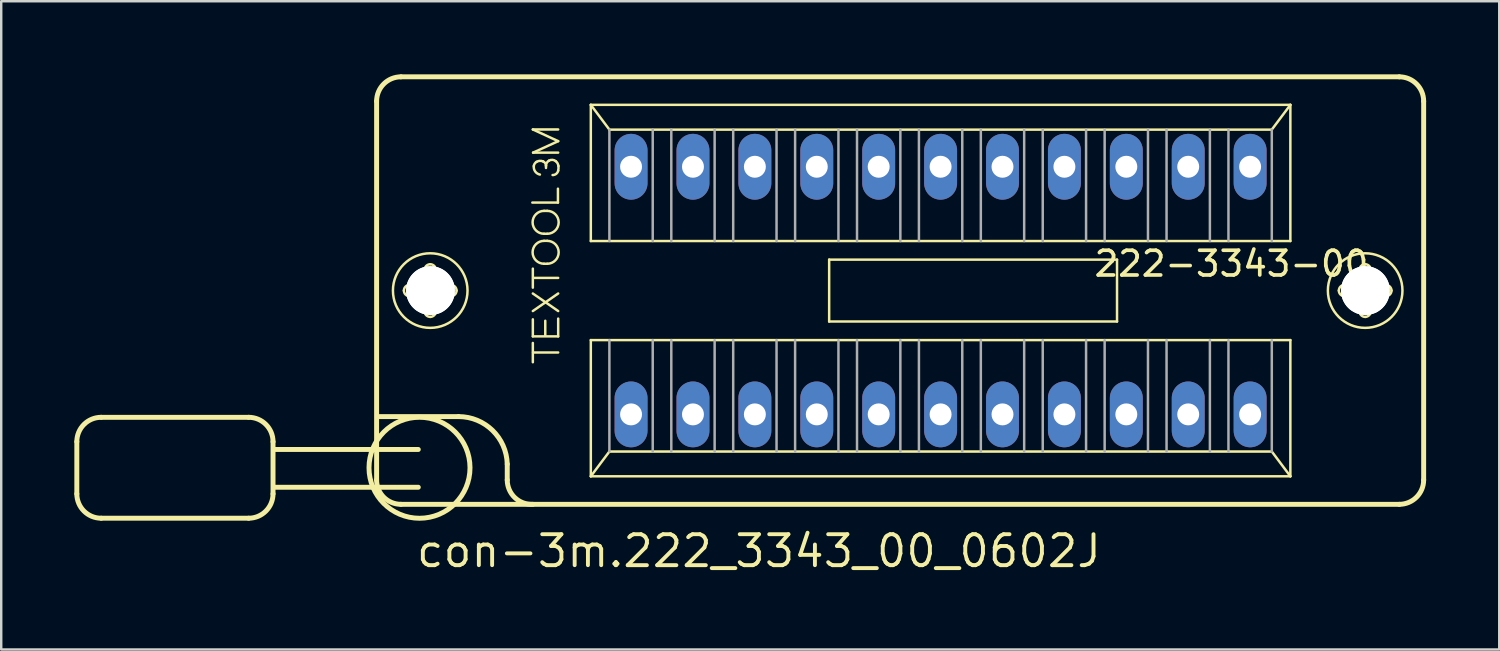
<source format=kicad_pcb>
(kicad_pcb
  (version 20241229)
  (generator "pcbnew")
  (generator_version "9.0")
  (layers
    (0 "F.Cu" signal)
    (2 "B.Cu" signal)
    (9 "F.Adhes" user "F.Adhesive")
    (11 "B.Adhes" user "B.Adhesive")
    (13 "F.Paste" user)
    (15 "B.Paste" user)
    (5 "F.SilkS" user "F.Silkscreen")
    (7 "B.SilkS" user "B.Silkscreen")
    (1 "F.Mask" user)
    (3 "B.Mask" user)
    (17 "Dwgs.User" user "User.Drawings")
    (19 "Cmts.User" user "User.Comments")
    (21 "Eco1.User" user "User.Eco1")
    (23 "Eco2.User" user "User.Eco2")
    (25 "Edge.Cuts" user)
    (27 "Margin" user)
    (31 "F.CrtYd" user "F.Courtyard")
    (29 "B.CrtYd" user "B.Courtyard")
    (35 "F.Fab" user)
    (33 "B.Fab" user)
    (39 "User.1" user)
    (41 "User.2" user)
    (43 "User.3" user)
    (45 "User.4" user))
  (footprint "con-3m.222_3343_00_0602J"
    (layer "F.Cu")
    (at 35.542 8.872)
    (property "Reference" "con-3m.222_3343_00_0602J" (at -21.59 11.43 0) (layer "F.SilkS") (effects (font (size 1.27 1.27) (thickness 0.16)) (justify left bottom)))
    (attr through_hole)
    (fp_line (start -35.44 6.2) (end -35.44 8.34) (stroke (width 0.203) (type default)) (layer "F.SilkS"))
    (fp_line (start -34.44 5.2) (end -28.39 5.2) (stroke (width 0.203) (type default)) (layer "F.SilkS"))
    (fp_line (start -28.39 9.34) (end -34.44 9.34) (stroke (width 0.203) (type default)) (layer "F.SilkS"))
    (fp_line (start -27.39 6.2) (end -27.39 8.34) (stroke (width 0.203) (type default)) (layer "F.SilkS"))
    (fp_line (start -23.14 7.77) (end -23.14 -7.77) (stroke (width 0.203) (type default)) (layer "F.SilkS"))
    (fp_line (start -23.03 5.17) (end -19.78 5.17) (stroke (width 0.203) (type default)) (layer "F.SilkS"))
    (fp_line (start -22.14 -8.77) (end 18.82 -8.77) (stroke (width 0.203) (type default)) (layer "F.SilkS"))
    (fp_line (start -21.79 -0.23) (end -21.24 -0.23) (stroke (width 0.102) (type default)) (layer "F.SilkS"))
    (fp_line (start -21.43 6.52) (end -27.34 6.52) (stroke (width 0.203) (type default)) (layer "F.SilkS"))
    (fp_line (start -21.43 8.07) (end -27.34 8.07) (stroke (width 0.203) (type default)) (layer "F.SilkS"))
    (fp_line (start -21.25 0.23) (end -21.79 0.23) (stroke (width 0.102) (type default)) (layer "F.SilkS"))
    (fp_line (start -21.17 -0.31) (end -21.17 -0.85) (stroke (width 0.102) (type default)) (layer "F.SilkS"))
    (fp_line (start -21.17 0.85) (end -21.17 0.3) (stroke (width 0.102) (type default)) (layer "F.SilkS"))
    (fp_line (start -20.71 -0.85) (end -20.71 -0.3) (stroke (width 0.102) (type default)) (layer "F.SilkS"))
    (fp_line (start -20.71 0.31) (end -20.71 0.85) (stroke (width 0.102) (type default)) (layer "F.SilkS"))
    (fp_line (start -20.63 -0.23) (end -20.09 -0.23) (stroke (width 0.102) (type default)) (layer "F.SilkS"))
    (fp_line (start -20.09 0.23) (end -20.64 0.23) (stroke (width 0.102) (type default)) (layer "F.SilkS"))
    (fp_line (start -17.78 7.12) (end -17.78 7.77) (stroke (width 0.203) (type default)) (layer "F.SilkS"))
    (fp_line (start -16.75 -3.61) (end -15.7 -3.61) (stroke (width 0.102) (type default)) (layer "F.SilkS"))
    (fp_line (start -16.73 -6.61) (end -15.69 -6.61) (stroke (width 0.102) (type default)) (layer "F.SilkS"))
    (fp_line (start -16.73 -0.12) (end -16.73 -0.9) (stroke (width 0.102) (type default)) (layer "F.SilkS"))
    (fp_line (start -16.73 0.12) (end -15.69 0.84) (stroke (width 0.102) (type default)) (layer "F.SilkS"))
    (fp_line (start -16.73 0.84) (end -15.69 0.12) (stroke (width 0.102) (type default)) (layer "F.SilkS"))
    (fp_line (start -16.73 1.18) (end -16.73 1.88) (stroke (width 0.102) (type default)) (layer "F.SilkS"))
    (fp_line (start -16.73 1.88) (end -15.69 1.88) (stroke (width 0.102) (type default)) (layer "F.SilkS"))
    (fp_line (start -16.73 2.94) (end -16.73 2.15) (stroke (width 0.102) (type default)) (layer "F.SilkS"))
    (fp_line (start -16.72 -5.66) (end -15.69 -6.13) (stroke (width 0.102) (type default)) (layer "F.SilkS"))
    (fp_line (start -16.72 2.54) (end -15.69 2.54) (stroke (width 0.102) (type default)) (layer "F.SilkS"))
    (fp_line (start -16.71 -0.52) (end -15.69 -0.52) (stroke (width 0.102) (type default)) (layer "F.SilkS"))
    (fp_line (start -16.27 -3.27) (end -16.14 -3.27) (stroke (width 0.102) (type default)) (layer "F.SilkS"))
    (fp_line (start -16.27 -2.33) (end -16.14 -2.33) (stroke (width 0.102) (type default)) (layer "F.SilkS"))
    (fp_line (start -16.27 -2.04) (end -16.14 -2.04) (stroke (width 0.102) (type default)) (layer "F.SilkS"))
    (fp_line (start -16.27 -1.1) (end -16.14 -1.1) (stroke (width 0.102) (type default)) (layer "F.SilkS"))
    (fp_line (start -16.22 1.24) (end -16.22 1.84) (stroke (width 0.102) (type default)) (layer "F.SilkS"))
    (fp_line (start -16.19 -5.03) (end -16.19 -5.12) (stroke (width 0.102) (type default)) (layer "F.SilkS"))
    (fp_line (start -15.7 -3.61) (end -15.7 -4.18) (stroke (width 0.102) (type default)) (layer "F.SilkS"))
    (fp_line (start -15.69 -6.13) (end -16.73 -6.61) (stroke (width 0.102) (type default)) (layer "F.SilkS"))
    (fp_line (start -15.69 -5.66) (end -16.72 -5.66) (stroke (width 0.102) (type default)) (layer "F.SilkS"))
    (fp_line (start -15.69 1.88) (end -15.69 1.15) (stroke (width 0.102) (type default)) (layer "F.SilkS"))
    (fp_line (start -14.351 -7.62) (end 14.351 -7.62) (stroke (width 0.102) (type default)) (layer "F.SilkS"))
    (fp_line (start -14.351 -2.032) (end -14.351 -7.62) (stroke (width 0.102) (type default)) (layer "F.SilkS"))
    (fp_line (start -14.351 2.032) (end 14.351 2.032) (stroke (width 0.102) (type default)) (layer "F.SilkS"))
    (fp_line (start -14.351 7.62) (end -14.351 2.032) (stroke (width 0.102) (type default)) (layer "F.SilkS"))
    (fp_line (start -14.351 7.62) (end -13.589 6.604) (stroke (width 0.102) (type default)) (layer "F.SilkS"))
    (fp_line (start -13.589 -6.604) (end -14.351 -7.62) (stroke (width 0.102) (type default)) (layer "F.SilkS"))
    (fp_line (start -13.589 6.604) (end 13.589 6.604) (stroke (width 0.102) (type default)) (layer "F.SilkS"))
    (fp_line (start -4.572 -1.27) (end 7.239 -1.27) (stroke (width 0.102) (type default)) (layer "F.SilkS"))
    (fp_line (start -4.572 1.27) (end -4.572 -1.27) (stroke (width 0.102) (type default)) (layer "F.SilkS"))
    (fp_line (start 7.239 -1.27) (end 7.239 1.27) (stroke (width 0.102) (type default)) (layer "F.SilkS"))
    (fp_line (start 7.239 1.27) (end -4.572 1.27) (stroke (width 0.102) (type default)) (layer "F.SilkS"))
    (fp_line (start 13.589 -6.604) (end -13.589 -6.604) (stroke (width 0.102) (type default)) (layer "F.SilkS"))
    (fp_line (start 13.589 6.604) (end 14.351 7.62) (stroke (width 0.102) (type default)) (layer "F.SilkS"))
    (fp_line (start 14.351 -7.62) (end 13.589 -6.604) (stroke (width 0.102) (type default)) (layer "F.SilkS"))
    (fp_line (start 14.351 -7.62) (end 14.351 -2.032) (stroke (width 0.102) (type default)) (layer "F.SilkS"))
    (fp_line (start 14.351 -2.032) (end -14.351 -2.032) (stroke (width 0.102) (type default)) (layer "F.SilkS"))
    (fp_line (start 14.351 2.032) (end 14.351 7.62) (stroke (width 0.102) (type default)) (layer "F.SilkS"))
    (fp_line (start 14.351 7.62) (end -14.351 7.62) (stroke (width 0.102) (type default)) (layer "F.SilkS"))
    (fp_line (start 16.57 -0.23) (end 17.12 -0.23) (stroke (width 0.102) (type default)) (layer "F.SilkS"))
    (fp_line (start 17.11 0.23) (end 16.57 0.23) (stroke (width 0.102) (type default)) (layer "F.SilkS"))
    (fp_line (start 17.19 -0.31) (end 17.19 -0.85) (stroke (width 0.102) (type default)) (layer "F.SilkS"))
    (fp_line (start 17.19 0.85) (end 17.19 0.3) (stroke (width 0.102) (type default)) (layer "F.SilkS"))
    (fp_line (start 17.65 -0.85) (end 17.65 -0.3) (stroke (width 0.102) (type default)) (layer "F.SilkS"))
    (fp_line (start 17.65 0.31) (end 17.65 0.85) (stroke (width 0.102) (type default)) (layer "F.SilkS"))
    (fp_line (start 17.73 -0.23) (end 18.27 -0.23) (stroke (width 0.102) (type default)) (layer "F.SilkS"))
    (fp_line (start 18.27 0.23) (end 17.72 0.23) (stroke (width 0.102) (type default)) (layer "F.SilkS"))
    (fp_line (start 18.82 8.77) (end -22.14 8.77) (stroke (width 0.203) (type default)) (layer "F.SilkS"))
    (fp_line (start 19.82 -7.77) (end 19.82 7.77) (stroke (width 0.203) (type default)) (layer "F.SilkS"))
    (fp_arc (start -35.44 6.2) (mid -35.147107 5.492893) (end -34.44 5.2) (stroke (width 0.2032) (type default)) (layer "F.SilkS"))
    (fp_arc (start -34.44 9.34) (mid -35.147107 9.047107) (end -35.44 8.34) (stroke (width 0.2032) (type default)) (layer "F.SilkS"))
    (fp_arc (start -28.39 5.2) (mid -27.682893 5.492893) (end -27.39 6.2) (stroke (width 0.2032) (type default)) (layer "F.SilkS"))
    (fp_arc (start -27.39 8.34) (mid -27.682893 9.047107) (end -28.39 9.34) (stroke (width 0.2032) (type default)) (layer "F.SilkS"))
    (fp_arc (start -23.14 -7.77) (mid -22.847107 -8.477107) (end -22.14 -8.77) (stroke (width 0.2032) (type default)) (layer "F.SilkS"))
    (fp_arc (start -22.14 8.77) (mid -22.847107 8.477107) (end -23.14 7.77) (stroke (width 0.2032) (type default)) (layer "F.SilkS"))
    (fp_arc (start -22.02 0) (mid -21.952635 -0.162635) (end -21.79 -0.23) (stroke (width 0.1016) (type default)) (layer "F.SilkS"))
    (fp_arc (start -21.79 0.23) (mid -21.952635 0.162635) (end -22.02 0) (stroke (width 0.1016) (type default)) (layer "F.SilkS"))
    (fp_arc (start -21.25 0.23) (mid -21.200503 0.250503) (end -21.18 0.3) (stroke (width 0.1016) (type default)) (layer "F.SilkS"))
    (fp_arc (start -21.17 -0.85) (mid -21.102635 -1.012635) (end -20.94 -1.08) (stroke (width 0.1016) (type default)) (layer "F.SilkS"))
    (fp_arc (start -21.17 -0.3) (mid -21.190503 -0.250503) (end -21.24 -0.23) (stroke (width 0.1016) (type default)) (layer "F.SilkS"))
    (fp_arc (start -20.94 -1.08) (mid -20.777365 -1.012635) (end -20.71 -0.85) (stroke (width 0.1016) (type default)) (layer "F.SilkS"))
    (fp_arc (start -20.94 1.08) (mid -21.102635 1.012635) (end -21.17 0.85) (stroke (width 0.1016) (type default)) (layer "F.SilkS"))
    (fp_arc (start -20.71 0.3) (mid -20.689497 0.250503) (end -20.64 0.23) (stroke (width 0.1016) (type default)) (layer "F.SilkS"))
    (fp_arc (start -20.71 0.85) (mid -20.777365 1.012635) (end -20.94 1.08) (stroke (width 0.1016) (type default)) (layer "F.SilkS"))
    (fp_arc (start -20.64 -0.23) (mid -20.689497 -0.250503) (end -20.71 -0.3) (stroke (width 0.1016) (type default)) (layer "F.SilkS"))
    (fp_arc (start -20.09 -0.23) (mid -19.927365 -0.162635) (end -19.86 0) (stroke (width 0.1016) (type default)) (layer "F.SilkS"))
    (fp_arc (start -19.86 0) (mid -19.927365 0.162635) (end -20.09 0.23) (stroke (width 0.1016) (type default)) (layer "F.SilkS"))
    (fp_arc (start -19.78 5.17) (mid -18.383341 5.73817) (end -17.78 7.12) (stroke (width 0.2032) (type default)) (layer "F.SilkS"))
    (fp_arc (start -16.73 8.77) (mid -17.469286 8.495) (end -17.78 7.77) (stroke (width 0.2032) (type default)) (layer "F.SilkS"))
    (fp_arc (start -16.69 -5.11) (mid -16.654621 -5.207696) (end -16.58 -5.28) (stroke (width 0.1016) (type default)) (layer "F.SilkS"))
    (fp_arc (start -16.58 -5.28) (mid -16.447382 -5.322157) (end -16.31 -5.3) (stroke (width 0.1016) (type default)) (layer "F.SilkS"))
    (fp_arc (start -16.44 -4.76) (mid -16.63297 -4.88645) (end -16.69 -5.11) (stroke (width 0.1016) (type default)) (layer "F.SilkS"))
    (fp_arc (start -16.31 -5.3) (mid -16.22275 -5.228167) (end -16.19 -5.12) (stroke (width 0.1016) (type default)) (layer "F.SilkS"))
    (fp_arc (start -16.27 -2.33) (mid -16.74 -2.8) (end -16.27 -3.27) (stroke (width 0.1016) (type default)) (layer "F.SilkS"))
    (fp_arc (start -16.27 -1.1) (mid -16.74 -1.57) (end -16.27 -2.04) (stroke (width 0.1016) (type default)) (layer "F.SilkS"))
    (fp_arc (start -16.19 -5.12) (mid -16.157891 -5.240938) (end -16.07 -5.33) (stroke (width 0.1016) (type default)) (layer "F.SilkS"))
    (fp_arc (start -16.14 -3.27) (mid -15.67 -2.8) (end -16.14 -2.33) (stroke (width 0.1016) (type default)) (layer "F.SilkS"))
    (fp_arc (start -16.14 -2.04) (mid -15.67 -1.57) (end -16.14 -1.1) (stroke (width 0.1016) (type default)) (layer "F.SilkS"))
    (fp_arc (start -16.07 -5.33) (mid -15.926886 -5.363595) (end -15.79 -5.31) (stroke (width 0.1016) (type default)) (layer "F.SilkS"))
    (fp_arc (start -15.79 -5.31) (mid -15.715084 -5.220954) (end -15.68 -5.11) (stroke (width 0.1016) (type default)) (layer "F.SilkS"))
    (fp_arc (start -15.69 -4.92) (mid -15.772524 -4.788503) (end -15.92 -4.74) (stroke (width 0.1016) (type default)) (layer "F.SilkS"))
    (fp_arc (start -15.68 -5.11) (mid -15.677277 -5.014594) (end -15.69 -4.92) (stroke (width 0.1016) (type default)) (layer "F.SilkS"))
    (fp_arc (start 16.34 0) (mid 16.407365 -0.162635) (end 16.57 -0.23) (stroke (width 0.1016) (type default)) (layer "F.SilkS"))
    (fp_arc (start 16.57 0.23) (mid 16.407365 0.162635) (end 16.34 0) (stroke (width 0.1016) (type default)) (layer "F.SilkS"))
    (fp_arc (start 17.11 0.23) (mid 17.159497 0.250503) (end 17.18 0.3) (stroke (width 0.1016) (type default)) (layer "F.SilkS"))
    (fp_arc (start 17.19 -0.85) (mid 17.257365 -1.012635) (end 17.42 -1.08) (stroke (width 0.1016) (type default)) (layer "F.SilkS"))
    (fp_arc (start 17.19 -0.3) (mid 17.169497 -0.250503) (end 17.12 -0.23) (stroke (width 0.1016) (type default)) (layer "F.SilkS"))
    (fp_arc (start 17.42 -1.08) (mid 17.582635 -1.012635) (end 17.65 -0.85) (stroke (width 0.1016) (type default)) (layer "F.SilkS"))
    (fp_arc (start 17.42 1.08) (mid 17.257365 1.012635) (end 17.19 0.85) (stroke (width 0.1016) (type default)) (layer "F.SilkS"))
    (fp_arc (start 17.65 0.3) (mid 17.670503 0.250503) (end 17.72 0.23) (stroke (width 0.1016) (type default)) (layer "F.SilkS"))
    (fp_arc (start 17.65 0.85) (mid 17.582635 1.012635) (end 17.42 1.08) (stroke (width 0.1016) (type default)) (layer "F.SilkS"))
    (fp_arc (start 17.72 -0.23) (mid 17.670503 -0.250503) (end 17.65 -0.3) (stroke (width 0.1016) (type default)) (layer "F.SilkS"))
    (fp_arc (start 18.27 -0.23) (mid 18.432635 -0.162635) (end 18.5 0) (stroke (width 0.1016) (type default)) (layer "F.SilkS"))
    (fp_arc (start 18.5 0) (mid 18.432635 0.162635) (end 18.27 0.23) (stroke (width 0.1016) (type default)) (layer "F.SilkS"))
    (fp_arc (start 18.82 -8.77) (mid 19.527107 -8.477107) (end 19.82 -7.77) (stroke (width 0.2032) (type default)) (layer "F.SilkS"))
    (fp_arc (start 19.82 7.77) (mid 19.527107 8.477107) (end 18.82 8.77) (stroke (width 0.2032) (type default)) (layer "F.SilkS"))
    (fp_circle (center -21.38 7.27) (end -19.308 7.27) (stroke (width 0.203) (type default)) (fill no) (layer "F.SilkS"))
    (fp_circle (center -20.94 0) (end -19.41 0) (stroke (width 0.102) (type default)) (fill no) (layer "F.SilkS"))
    (fp_circle (center 17.42 0) (end 18.95 0) (stroke (width 0.102) (type default)) (fill no) (layer "F.SilkS"))
    (fp_line (start -13.589 -6.604) (end -13.589 -2.032) (stroke (width 0.102) (type default)) (layer "F.Fab"))
    (fp_line (start -13.589 2.032) (end -13.589 6.604) (stroke (width 0.102) (type default)) (layer "F.Fab"))
    (fp_line (start -11.811 -2.032) (end -11.811 -6.604) (stroke (width 0.102) (type default)) (layer "F.Fab"))
    (fp_line (start -11.811 2.032) (end -11.811 6.604) (stroke (width 0.102) (type default)) (layer "F.Fab"))
    (fp_line (start -11.049 -2.032) (end -11.049 -6.604) (stroke (width 0.102) (type default)) (layer "F.Fab"))
    (fp_line (start -11.049 2.032) (end -11.049 6.604) (stroke (width 0.102) (type default)) (layer "F.Fab"))
    (fp_line (start -9.271 -2.032) (end -9.271 -6.604) (stroke (width 0.102) (type default)) (layer "F.Fab"))
    (fp_line (start -9.271 2.032) (end -9.271 6.604) (stroke (width 0.102) (type default)) (layer "F.Fab"))
    (fp_line (start -8.509 -2.032) (end -8.509 -6.604) (stroke (width 0.102) (type default)) (layer "F.Fab"))
    (fp_line (start -8.509 2.032) (end -8.509 6.604) (stroke (width 0.102) (type default)) (layer "F.Fab"))
    (fp_line (start -6.731 -2.032) (end -6.731 -6.604) (stroke (width 0.102) (type default)) (layer "F.Fab"))
    (fp_line (start -6.731 2.032) (end -6.731 6.604) (stroke (width 0.102) (type default)) (layer "F.Fab"))
    (fp_line (start -5.969 -2.032) (end -5.969 -6.604) (stroke (width 0.102) (type default)) (layer "F.Fab"))
    (fp_line (start -5.969 2.032) (end -5.969 6.604) (stroke (width 0.102) (type default)) (layer "F.Fab"))
    (fp_line (start -4.191 -2.032) (end -4.191 -6.604) (stroke (width 0.102) (type default)) (layer "F.Fab"))
    (fp_line (start -4.191 2.032) (end -4.191 6.604) (stroke (width 0.102) (type default)) (layer "F.Fab"))
    (fp_line (start -3.429 -2.032) (end -3.429 -6.604) (stroke (width 0.102) (type default)) (layer "F.Fab"))
    (fp_line (start -3.429 2.032) (end -3.429 6.604) (stroke (width 0.102) (type default)) (layer "F.Fab"))
    (fp_line (start -1.651 -2.032) (end -1.651 -6.604) (stroke (width 0.102) (type default)) (layer "F.Fab"))
    (fp_line (start -1.651 2.032) (end -1.651 6.604) (stroke (width 0.102) (type default)) (layer "F.Fab"))
    (fp_line (start -0.889 -2.032) (end -0.889 -6.604) (stroke (width 0.102) (type default)) (layer "F.Fab"))
    (fp_line (start -0.889 2.032) (end -0.889 6.604) (stroke (width 0.102) (type default)) (layer "F.Fab"))
    (fp_line (start 0.889 -2.032) (end 0.889 -6.604) (stroke (width 0.102) (type default)) (layer "F.Fab"))
    (fp_line (start 0.889 2.032) (end 0.889 6.604) (stroke (width 0.102) (type default)) (layer "F.Fab"))
    (fp_line (start 1.651 -2.032) (end 1.651 -6.604) (stroke (width 0.102) (type default)) (layer "F.Fab"))
    (fp_line (start 1.651 2.032) (end 1.651 6.604) (stroke (width 0.102) (type default)) (layer "F.Fab"))
    (fp_line (start 3.429 -2.032) (end 3.429 -6.604) (stroke (width 0.102) (type default)) (layer "F.Fab"))
    (fp_line (start 3.429 2.032) (end 3.429 6.604) (stroke (width 0.102) (type default)) (layer "F.Fab"))
    (fp_line (start 4.191 -2.032) (end 4.191 -6.604) (stroke (width 0.102) (type default)) (layer "F.Fab"))
    (fp_line (start 4.191 2.032) (end 4.191 6.604) (stroke (width 0.102) (type default)) (layer "F.Fab"))
    (fp_line (start 5.969 -2.032) (end 5.969 -6.604) (stroke (width 0.102) (type default)) (layer "F.Fab"))
    (fp_line (start 5.969 2.032) (end 5.969 6.604) (stroke (width 0.102) (type default)) (layer "F.Fab"))
    (fp_line (start 6.731 -2.032) (end 6.731 -6.604) (stroke (width 0.102) (type default)) (layer "F.Fab"))
    (fp_line (start 6.731 2.032) (end 6.731 6.604) (stroke (width 0.102) (type default)) (layer "F.Fab"))
    (fp_line (start 8.509 -2.032) (end 8.509 -6.604) (stroke (width 0.102) (type default)) (layer "F.Fab"))
    (fp_line (start 8.509 2.032) (end 8.509 6.604) (stroke (width 0.102) (type default)) (layer "F.Fab"))
    (fp_line (start 9.271 -2.032) (end 9.271 -6.604) (stroke (width 0.102) (type default)) (layer "F.Fab"))
    (fp_line (start 9.271 2.032) (end 9.271 6.604) (stroke (width 0.102) (type default)) (layer "F.Fab"))
    (fp_line (start 11.049 -2.032) (end 11.049 -6.604) (stroke (width 0.102) (type default)) (layer "F.Fab"))
    (fp_line (start 11.049 2.032) (end 11.049 6.604) (stroke (width 0.102) (type default)) (layer "F.Fab"))
    (fp_line (start 11.811 -2.032) (end 11.811 -6.604) (stroke (width 0.102) (type default)) (layer "F.Fab"))
    (fp_line (start 11.811 2.032) (end 11.811 6.604) (stroke (width 0.102) (type default)) (layer "F.Fab"))
    (fp_line (start 13.589 -2.032) (end 13.589 -6.604) (stroke (width 0.102) (type default)) (layer "F.Fab"))
    (fp_line (start 13.589 6.604) (end 13.589 2.032) (stroke (width 0.102) (type default)) (layer "F.Fab"))
    (fp_text user "222-3343-00" (at 6.223 -0.508 180) (layer "F.SilkS") (effects (font (size 1.016 1.016) (thickness 0.15)) (justify left bottom)))
    (pad "" np_thru_hole circle (at -20.93 0) (size 2 2) (drill 2) (layers "*.Cu" "*.Mask"))
    (pad "" np_thru_hole circle (at -20.93 0) (size 2 2) (drill 2) (layers "*.Cu" "*.Mask"))
    (pad "" np_thru_hole circle (at 17.43 0) (size 2 2) (drill 2) (layers "*.Cu" "*.Mask"))
    (pad "" np_thru_hole circle (at 17.43 0) (size 2 2) (drill 2) (layers "*.Cu" "*.Mask"))
    (pad "1" thru_hole oval (at -12.7 5.08 90) (size 2.7 1.35) (drill 0.9) (layers "*.Cu" "*.Mask"))
    (pad "2" thru_hole oval (at -10.16 5.08 90) (size 2.7 1.35) (drill 0.9) (layers "*.Cu" "*.Mask"))
    (pad "3" thru_hole oval (at -7.62 5.08 90) (size 2.7 1.35) (drill 0.9) (layers "*.Cu" "*.Mask"))
    (pad "4" thru_hole oval (at -5.08 5.08 90) (size 2.7 1.35) (drill 0.9) (layers "*.Cu" "*.Mask"))
    (pad "5" thru_hole oval (at -2.54 5.08 90) (size 2.7 1.35) (drill 0.9) (layers "*.Cu" "*.Mask"))
    (pad "6" thru_hole oval (at 0 5.08 90) (size 2.7 1.35) (drill 0.9) (layers "*.Cu" "*.Mask"))
    (pad "7" thru_hole oval (at 2.54 5.08 90) (size 2.7 1.35) (drill 0.9) (layers "*.Cu" "*.Mask"))
    (pad "8" thru_hole oval (at 5.08 5.08 90) (size 2.7 1.35) (drill 0.9) (layers "*.Cu" "*.Mask"))
    (pad "9" thru_hole oval (at 7.62 5.08 90) (size 2.7 1.35) (drill 0.9) (layers "*.Cu" "*.Mask"))
    (pad "10" thru_hole oval (at 10.16 5.08 90) (size 2.7 1.35) (drill 0.9) (layers "*.Cu" "*.Mask"))
    (pad "11" thru_hole oval (at 12.7 5.08 90) (size 2.7 1.35) (drill 0.9) (layers "*.Cu" "*.Mask"))
    (pad "12" thru_hole oval (at 12.7 -5.08 90) (size 2.7 1.35) (drill 0.9) (layers "*.Cu" "*.Mask"))
    (pad "13" thru_hole oval (at 10.16 -5.08 90) (size 2.7 1.35) (drill 0.9) (layers "*.Cu" "*.Mask"))
    (pad "14" thru_hole oval (at 7.62 -5.08 90) (size 2.7 1.35) (drill 0.9) (layers "*.Cu" "*.Mask"))
    (pad "15" thru_hole oval (at 5.08 -5.08 90) (size 2.7 1.35) (drill 0.9) (layers "*.Cu" "*.Mask"))
    (pad "16" thru_hole oval (at 2.54 -5.08 90) (size 2.7 1.35) (drill 0.9) (layers "*.Cu" "*.Mask"))
    (pad "17" thru_hole oval (at 0 -5.08 90) (size 2.7 1.35) (drill 0.9) (layers "*.Cu" "*.Mask"))
    (pad "18" thru_hole oval (at -2.54 -5.08 90) (size 2.7 1.35) (drill 0.9) (layers "*.Cu" "*.Mask"))
    (pad "19" thru_hole oval (at -5.08 -5.08 90) (size 2.7 1.35) (drill 0.9) (layers "*.Cu" "*.Mask"))
    (pad "20" thru_hole oval (at -7.62 -5.08 90) (size 2.7 1.35) (drill 0.9) (layers "*.Cu" "*.Mask"))
    (pad "21" thru_hole oval (at -10.16 -5.08 90) (size 2.7 1.35) (drill 0.9) (layers "*.Cu" "*.Mask"))
    (pad "22" thru_hole oval (at -12.7 -5.08 90) (size 2.7 1.35) (drill 0.9) (layers "*.Cu" "*.Mask")))
  (gr_rect
    (start -3 -3)
    (end 58.463 23.599)
    (stroke (width 0.1) (type default))
    (fill no)
    (layer "Edge.Cuts")))
</source>
